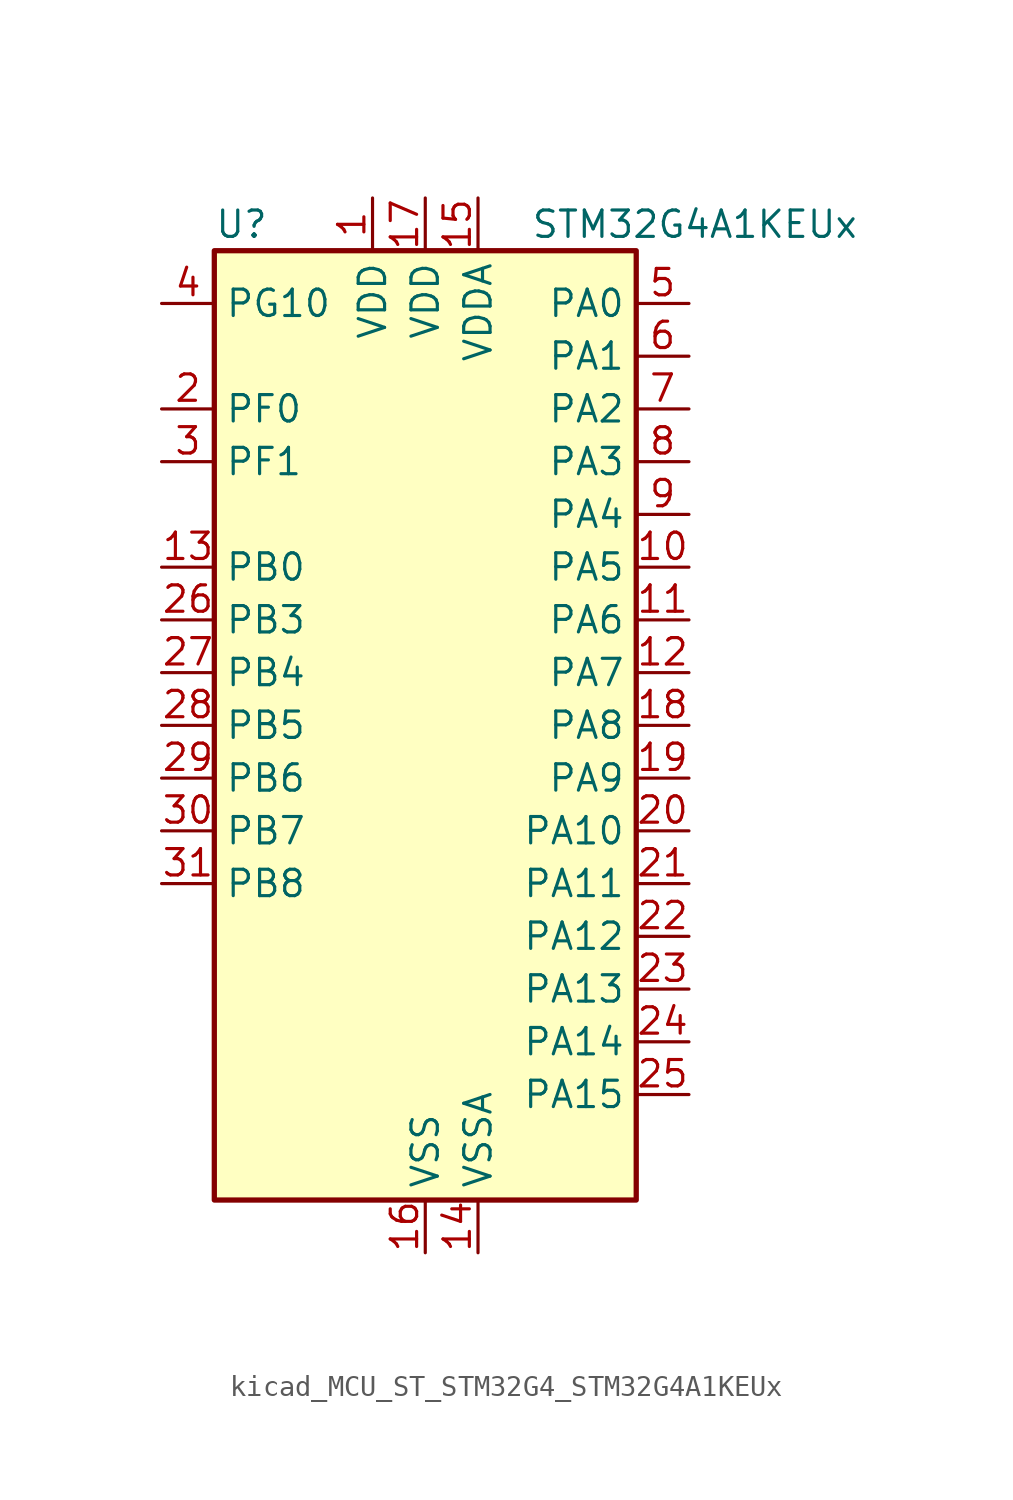
<source format=kicad_sym>
(kicad_symbol_lib
  (version 20220914)
  (generator kicad_symbol_editor)
  (symbol "kicad_MCU_ST_STM32G4_STM32G4A1KEUx"
    (property "Reference" "U"
      (at -10.16 24.13 0)
      (effects (font (size 1.27 1.27)) (justify left)))
    (property "Value" "STM32G4A1KEUx"
      (at 5.08 24.13 0)
      (effects (font (size 1.27 1.27)) (justify left)))
    (property "ki_locked" ""
      (at 0 0 0)
      (effects (font (size 1.27 1.27))))
    (symbol "kicad_MCU_ST_STM32G4_STM32G4A1KEUx_0_1"
      (rectangle (start -10.16 -22.86) (end 10.16 22.86) (stroke (width 0.254) (type default)) (fill (type background))))
    (symbol "kicad_MCU_ST_STM32G4_STM32G4A1KEUx_1_1"
      (pin power_in line (at -2.54 25.4 270) (length 2.54) (name "VDD" (effects (font (size 1.27 1.27)))) (number "1" (effects (font (size 1.27 1.27)))))
      (pin bidirectional line (at 12.7 7.62 180) (length 2.54) (name "PA5" (effects (font (size 1.27 1.27)))) (number "10" (effects (font (size 1.27 1.27)))) (alternate "ADC2_IN13" bidirectional line) (alternate "COMP2_INM" bidirectional line) (alternate "DAC1_OUT2" bidirectional line) (alternate "OPAMP2_VINM" bidirectional line) (alternate "OPAMP2_VINM0" bidirectional line) (alternate "OPAMP2_VINM_SEC" bidirectional line) (alternate "SPI1_SCK" bidirectional line) (alternate "TIM2_CH1" bidirectional line) (alternate "TIM2_ETR" bidirectional line) (alternate "UCPD1_FRSTX1" bidirectional line) (alternate "UCPD1_FRSTX2" bidirectional line))
      (pin bidirectional line (at 12.7 5.08 180) (length 2.54) (name "PA6" (effects (font (size 1.27 1.27)))) (number "11" (effects (font (size 1.27 1.27)))) (alternate "ADC2_IN3" bidirectional line) (alternate "COMP1_OUT" bidirectional line) (alternate "LPUART1_CTS" bidirectional line) (alternate "OPAMP2_VOUT" bidirectional line) (alternate "QUADSPI1_BK1_IO3" bidirectional line) (alternate "SPI1_MISO" bidirectional line) (alternate "TIM16_CH1" bidirectional line) (alternate "TIM1_BKIN" bidirectional line) (alternate "TIM3_CH1" bidirectional line) (alternate "TIM8_BKIN" bidirectional line))
      (pin bidirectional line (at 12.7 2.54 180) (length 2.54) (name "PA7" (effects (font (size 1.27 1.27)))) (number "12" (effects (font (size 1.27 1.27)))) (alternate "ADC2_IN4" bidirectional line) (alternate "COMP2_INP" bidirectional line) (alternate "COMP2_OUT" bidirectional line) (alternate "OPAMP1_VINP" bidirectional line) (alternate "OPAMP1_VINP_SEC" bidirectional line) (alternate "OPAMP2_VINP" bidirectional line) (alternate "OPAMP2_VINP_SEC" bidirectional line) (alternate "QUADSPI1_BK1_IO2" bidirectional line) (alternate "SPI1_MOSI" bidirectional line) (alternate "TIM17_CH1" bidirectional line) (alternate "TIM1_CH1N" bidirectional line) (alternate "TIM3_CH2" bidirectional line) (alternate "TIM8_CH1N" bidirectional line) (alternate "UCPD1_FRSTX1" bidirectional line) (alternate "UCPD1_FRSTX2" bidirectional line))
      (pin bidirectional line (at -12.7 7.62 0) (length 2.54) (name "PB0" (effects (font (size 1.27 1.27)))) (number "13" (effects (font (size 1.27 1.27)))) (alternate "ADC1_IN15" bidirectional line) (alternate "ADC3_IN12" bidirectional line) (alternate "COMP4_INP" bidirectional line) (alternate "OPAMP2_VINP" bidirectional line) (alternate "OPAMP2_VINP_SEC" bidirectional line) (alternate "OPAMP3_VINP" bidirectional line) (alternate "OPAMP3_VINP_SEC" bidirectional line) (alternate "QUADSPI1_BK1_IO1" bidirectional line) (alternate "TIM1_CH2N" bidirectional line) (alternate "TIM3_CH3" bidirectional line) (alternate "TIM8_CH2N" bidirectional line) (alternate "UCPD1_FRSTX1" bidirectional line) (alternate "UCPD1_FRSTX2" bidirectional line))
      (pin power_in line (at 2.54 -25.4 90) (length 2.54) (name "VSSA" (effects (font (size 1.27 1.27)))) (number "14" (effects (font (size 1.27 1.27)))))
      (pin power_in line (at 2.54 25.4 270) (length 2.54) (name "VDDA" (effects (font (size 1.27 1.27)))) (number "15" (effects (font (size 1.27 1.27)))))
      (pin power_in line (at 0 -25.4 90) (length 2.54) (name "VSS" (effects (font (size 1.27 1.27)))) (number "16" (effects (font (size 1.27 1.27)))))
      (pin power_in line (at 0 25.4 270) (length 2.54) (name "VDD" (effects (font (size 1.27 1.27)))) (number "17" (effects (font (size 1.27 1.27)))))
      (pin bidirectional line (at 12.7 0 180) (length 2.54) (name "PA8" (effects (font (size 1.27 1.27)))) (number "18" (effects (font (size 1.27 1.27)))) (alternate "I2C2_SDA" bidirectional line) (alternate "I2C3_SCL" bidirectional line) (alternate "I2S2_MCK" bidirectional line) (alternate "RCC_MCO" bidirectional line) (alternate "SAI1_CK2" bidirectional line) (alternate "SAI1_SCK_A" bidirectional line) (alternate "TIM1_CH1" bidirectional line) (alternate "TIM4_ETR" bidirectional line) (alternate "USART1_CK" bidirectional line))
      (pin bidirectional line (at 12.7 -2.54 180) (length 2.54) (name "PA9" (effects (font (size 1.27 1.27)))) (number "19" (effects (font (size 1.27 1.27)))) (alternate "DAC1_EXTI9" bidirectional line) (alternate "DAC3_EXTI9" bidirectional line) (alternate "I2C2_SCL" bidirectional line) (alternate "I2C3_SMBA" bidirectional line) (alternate "I2S3_MCK" bidirectional line) (alternate "SAI1_FS_A" bidirectional line) (alternate "TIM15_BKIN" bidirectional line) (alternate "TIM1_CH2" bidirectional line) (alternate "TIM2_CH3" bidirectional line) (alternate "UCPD1_DBCC1" bidirectional line) (alternate "USART1_TX" bidirectional line))
      (pin bidirectional line (at -12.7 15.24 0) (length 2.54) (name "PF0" (effects (font (size 1.27 1.27)))) (number "2" (effects (font (size 1.27 1.27)))) (alternate "ADC1_IN10" bidirectional line) (alternate "I2C2_SDA" bidirectional line) (alternate "I2S2_WS" bidirectional line) (alternate "RCC_OSC_IN" bidirectional line) (alternate "SPI2_NSS" bidirectional line) (alternate "TIM1_CH3N" bidirectional line))
      (pin bidirectional line (at 12.7 -5.08 180) (length 2.54) (name "PA10" (effects (font (size 1.27 1.27)))) (number "20" (effects (font (size 1.27 1.27)))) (alternate "CRS_SYNC" bidirectional line) (alternate "DAC1_EXTI10" bidirectional line) (alternate "DAC3_EXTI10" bidirectional line) (alternate "I2C2_SMBA" bidirectional line) (alternate "SAI1_D1" bidirectional line) (alternate "SAI1_SD_A" bidirectional line) (alternate "SPI2_MISO" bidirectional line) (alternate "TIM17_BKIN" bidirectional line) (alternate "TIM1_CH3" bidirectional line) (alternate "TIM2_CH4" bidirectional line) (alternate "TIM8_BKIN" bidirectional line) (alternate "UCPD1_DBCC2" bidirectional line) (alternate "USART1_RX" bidirectional line))
      (pin bidirectional line (at 12.7 -7.62 180) (length 2.54) (name "PA11" (effects (font (size 1.27 1.27)))) (number "21" (effects (font (size 1.27 1.27)))) (alternate "ADC1_EXTI11" bidirectional line) (alternate "ADC2_EXTI11" bidirectional line) (alternate "COMP1_OUT" bidirectional line) (alternate "FDCAN1_RX" bidirectional line) (alternate "I2S2_SD" bidirectional line) (alternate "SPI2_MOSI" bidirectional line) (alternate "TIM1_BKIN2" bidirectional line) (alternate "TIM1_CH1N" bidirectional line) (alternate "TIM1_CH4" bidirectional line) (alternate "TIM4_CH1" bidirectional line) (alternate "USART1_CTS" bidirectional line) (alternate "USART1_NSS" bidirectional line) (alternate "USB_DM" bidirectional line))
      (pin bidirectional line (at 12.7 -10.16 180) (length 2.54) (name "PA12" (effects (font (size 1.27 1.27)))) (number "22" (effects (font (size 1.27 1.27)))) (alternate "COMP2_OUT" bidirectional line) (alternate "FDCAN1_TX" bidirectional line) (alternate "I2S_CKIN" bidirectional line) (alternate "TIM16_CH1" bidirectional line) (alternate "TIM1_CH2N" bidirectional line) (alternate "TIM1_ETR" bidirectional line) (alternate "TIM4_CH2" bidirectional line) (alternate "USART1_DE" bidirectional line) (alternate "USART1_RTS" bidirectional line) (alternate "USB_DP" bidirectional line))
      (pin bidirectional line (at 12.7 -12.7 180) (length 2.54) (name "PA13" (effects (font (size 1.27 1.27)))) (number "23" (effects (font (size 1.27 1.27)))) (alternate "I2C1_SCL" bidirectional line) (alternate "IR_OUT" bidirectional line) (alternate "SAI1_SD_B" bidirectional line) (alternate "SYS_JTMS-SWDIO" bidirectional line) (alternate "TIM16_CH1N" bidirectional line) (alternate "TIM4_CH3" bidirectional line))
      (pin bidirectional line (at 12.7 -15.24 180) (length 2.54) (name "PA14" (effects (font (size 1.27 1.27)))) (number "24" (effects (font (size 1.27 1.27)))) (alternate "I2C1_SDA" bidirectional line) (alternate "LPTIM1_OUT" bidirectional line) (alternate "SAI1_FS_B" bidirectional line) (alternate "SYS_JTCK-SWCLK" bidirectional line) (alternate "TIM1_BKIN" bidirectional line) (alternate "TIM8_CH2" bidirectional line) (alternate "USART2_TX" bidirectional line))
      (pin bidirectional line (at 12.7 -17.78 180) (length 2.54) (name "PA15" (effects (font (size 1.27 1.27)))) (number "25" (effects (font (size 1.27 1.27)))) (alternate "ADC1_EXTI15" bidirectional line) (alternate "ADC2_EXTI15" bidirectional line) (alternate "I2C1_SCL" bidirectional line) (alternate "I2S3_WS" bidirectional line) (alternate "SPI1_NSS" bidirectional line) (alternate "SPI3_NSS" bidirectional line) (alternate "SYS_JTDI" bidirectional line) (alternate "TIM1_BKIN" bidirectional line) (alternate "TIM20_ETR" bidirectional line) (alternate "TIM2_CH1" bidirectional line) (alternate "TIM2_ETR" bidirectional line) (alternate "TIM8_CH1" bidirectional line) (alternate "USART2_RX" bidirectional line))
      (pin bidirectional line (at -12.7 5.08 0) (length 2.54) (name "PB3" (effects (font (size 1.27 1.27)))) (number "26" (effects (font (size 1.27 1.27)))) (alternate "ADC3_EXTI3" bidirectional line) (alternate "CRS_SYNC" bidirectional line) (alternate "I2S3_CK" bidirectional line) (alternate "SAI1_SCK_B" bidirectional line) (alternate "SPI1_SCK" bidirectional line) (alternate "SPI3_SCK" bidirectional line) (alternate "SYS_JTDO-SWO" bidirectional line) (alternate "TIM2_CH2" bidirectional line) (alternate "TIM3_ETR" bidirectional line) (alternate "TIM4_ETR" bidirectional line) (alternate "TIM8_CH1N" bidirectional line) (alternate "USART2_TX" bidirectional line))
      (pin bidirectional line (at -12.7 2.54 0) (length 2.54) (name "PB4" (effects (font (size 1.27 1.27)))) (number "27" (effects (font (size 1.27 1.27)))) (alternate "SAI1_MCLK_B" bidirectional line) (alternate "SPI1_MISO" bidirectional line) (alternate "SPI3_MISO" bidirectional line) (alternate "SYS_JTRST" bidirectional line) (alternate "TIM16_CH1" bidirectional line) (alternate "TIM17_BKIN" bidirectional line) (alternate "TIM3_CH1" bidirectional line) (alternate "TIM8_CH2N" bidirectional line) (alternate "UCPD1_CC2" bidirectional line) (alternate "USART2_RX" bidirectional line))
      (pin bidirectional line (at -12.7 0 0) (length 2.54) (name "PB5" (effects (font (size 1.27 1.27)))) (number "28" (effects (font (size 1.27 1.27)))) (alternate "FDCAN2_RX" bidirectional line) (alternate "I2C1_SMBA" bidirectional line) (alternate "I2C3_SDA" bidirectional line) (alternate "I2S3_SD" bidirectional line) (alternate "LPTIM1_IN1" bidirectional line) (alternate "SAI1_SD_B" bidirectional line) (alternate "SPI1_MOSI" bidirectional line) (alternate "SPI3_MOSI" bidirectional line) (alternate "TIM16_BKIN" bidirectional line) (alternate "TIM17_CH1" bidirectional line) (alternate "TIM3_CH2" bidirectional line) (alternate "TIM8_CH3N" bidirectional line) (alternate "USART2_CK" bidirectional line))
      (pin bidirectional line (at -12.7 -2.54 0) (length 2.54) (name "PB6" (effects (font (size 1.27 1.27)))) (number "29" (effects (font (size 1.27 1.27)))) (alternate "COMP4_OUT" bidirectional line) (alternate "FDCAN2_TX" bidirectional line) (alternate "LPTIM1_ETR" bidirectional line) (alternate "SAI1_FS_B" bidirectional line) (alternate "TIM16_CH1N" bidirectional line) (alternate "TIM4_CH1" bidirectional line) (alternate "TIM8_BKIN2" bidirectional line) (alternate "TIM8_CH1" bidirectional line) (alternate "TIM8_ETR" bidirectional line) (alternate "UCPD1_CC1" bidirectional line) (alternate "USART1_TX" bidirectional line))
      (pin bidirectional line (at -12.7 12.7 0) (length 2.54) (name "PF1" (effects (font (size 1.27 1.27)))) (number "3" (effects (font (size 1.27 1.27)))) (alternate "ADC2_IN10" bidirectional line) (alternate "COMP3_INM" bidirectional line) (alternate "I2S2_CK" bidirectional line) (alternate "RCC_OSC_OUT" bidirectional line) (alternate "SPI2_SCK" bidirectional line))
      (pin bidirectional line (at -12.7 -5.08 0) (length 2.54) (name "PB7" (effects (font (size 1.27 1.27)))) (number "30" (effects (font (size 1.27 1.27)))) (alternate "COMP3_OUT" bidirectional line) (alternate "I2C1_SDA" bidirectional line) (alternate "LPTIM1_IN2" bidirectional line) (alternate "SYS_PVD_IN" bidirectional line) (alternate "TIM17_CH1N" bidirectional line) (alternate "TIM3_CH4" bidirectional line) (alternate "TIM4_CH2" bidirectional line) (alternate "TIM8_BKIN" bidirectional line) (alternate "USART1_RX" bidirectional line))
      (pin bidirectional line (at -12.7 -7.62 0) (length 2.54) (name "PB8" (effects (font (size 1.27 1.27)))) (number "31" (effects (font (size 1.27 1.27)))) (alternate "COMP1_OUT" bidirectional line) (alternate "FDCAN1_RX" bidirectional line) (alternate "I2C1_SCL" bidirectional line) (alternate "SAI1_CK1" bidirectional line) (alternate "SAI1_MCLK_A" bidirectional line) (alternate "TIM16_CH1" bidirectional line) (alternate "TIM1_BKIN" bidirectional line) (alternate "TIM4_CH3" bidirectional line) (alternate "TIM8_CH2" bidirectional line))
      (pin passive line (at 0 -25.4 90) (length 2.54) hide (name "VSS" (effects (font (size 1.27 1.27)))) (number "32" (effects (font (size 1.27 1.27)))))
      (pin passive line (at 0 -25.4 90) (length 2.54) hide (name "VSS" (effects (font (size 1.27 1.27)))) (number "33" (effects (font (size 1.27 1.27)))))
      (pin bidirectional line (at -12.7 20.32 0) (length 2.54) (name "PG10" (effects (font (size 1.27 1.27)))) (number "4" (effects (font (size 1.27 1.27)))) (alternate "DAC1_EXTI10" bidirectional line) (alternate "DAC3_EXTI10" bidirectional line) (alternate "RCC_MCO" bidirectional line))
      (pin bidirectional line (at 12.7 20.32 180) (length 2.54) (name "PA0" (effects (font (size 1.27 1.27)))) (number "5" (effects (font (size 1.27 1.27)))) (alternate "ADC1_IN1" bidirectional line) (alternate "ADC2_IN1" bidirectional line) (alternate "COMP1_INM" bidirectional line) (alternate "COMP1_OUT" bidirectional line) (alternate "COMP3_INP" bidirectional line) (alternate "RTC_TAMP2" bidirectional line) (alternate "SYS_WKUP1" bidirectional line) (alternate "TIM2_CH1" bidirectional line) (alternate "TIM2_ETR" bidirectional line) (alternate "TIM8_BKIN" bidirectional line) (alternate "TIM8_ETR" bidirectional line) (alternate "USART2_CTS" bidirectional line) (alternate "USART2_NSS" bidirectional line))
      (pin bidirectional line (at 12.7 17.78 180) (length 2.54) (name "PA1" (effects (font (size 1.27 1.27)))) (number "6" (effects (font (size 1.27 1.27)))) (alternate "ADC1_IN2" bidirectional line) (alternate "ADC2_IN2" bidirectional line) (alternate "COMP1_INP" bidirectional line) (alternate "OPAMP1_VINP" bidirectional line) (alternate "OPAMP1_VINP_SEC" bidirectional line) (alternate "OPAMP3_VINP" bidirectional line) (alternate "OPAMP3_VINP_SEC" bidirectional line) (alternate "OPAMP6_VINM" bidirectional line) (alternate "OPAMP6_VINM0" bidirectional line) (alternate "OPAMP6_VINM_SEC" bidirectional line) (alternate "RTC_REFIN" bidirectional line) (alternate "TIM15_CH1N" bidirectional line) (alternate "TIM2_CH2" bidirectional line) (alternate "USART2_DE" bidirectional line) (alternate "USART2_RTS" bidirectional line))
      (pin bidirectional line (at 12.7 15.24 180) (length 2.54) (name "PA2" (effects (font (size 1.27 1.27)))) (number "7" (effects (font (size 1.27 1.27)))) (alternate "ADC1_IN3" bidirectional line) (alternate "ADC3_EXTI2" bidirectional line) (alternate "COMP2_INM" bidirectional line) (alternate "COMP2_OUT" bidirectional line) (alternate "LPUART1_TX" bidirectional line) (alternate "OPAMP1_VOUT" bidirectional line) (alternate "QUADSPI1_BK1_NCS" bidirectional line) (alternate "RCC_LSCO" bidirectional line) (alternate "SYS_WKUP4" bidirectional line) (alternate "TIM15_CH1" bidirectional line) (alternate "TIM2_CH3" bidirectional line) (alternate "UCPD1_FRSTX1" bidirectional line) (alternate "UCPD1_FRSTX2" bidirectional line) (alternate "USART2_TX" bidirectional line))
      (pin bidirectional line (at 12.7 12.7 180) (length 2.54) (name "PA3" (effects (font (size 1.27 1.27)))) (number "8" (effects (font (size 1.27 1.27)))) (alternate "ADC1_IN4" bidirectional line) (alternate "ADC3_EXTI3" bidirectional line) (alternate "COMP2_INP" bidirectional line) (alternate "LPUART1_RX" bidirectional line) (alternate "OPAMP1_VINM" bidirectional line) (alternate "OPAMP1_VINM0" bidirectional line) (alternate "OPAMP1_VINM_SEC" bidirectional line) (alternate "OPAMP1_VINP" bidirectional line) (alternate "OPAMP1_VINP_SEC" bidirectional line) (alternate "QUADSPI1_CLK" bidirectional line) (alternate "SAI1_CK1" bidirectional line) (alternate "SAI1_MCLK_A" bidirectional line) (alternate "TIM15_CH2" bidirectional line) (alternate "TIM2_CH4" bidirectional line) (alternate "USART2_RX" bidirectional line))
      (pin bidirectional line (at 12.7 10.16 180) (length 2.54) (name "PA4" (effects (font (size 1.27 1.27)))) (number "9" (effects (font (size 1.27 1.27)))) (alternate "ADC2_IN17" bidirectional line) (alternate "COMP1_INM" bidirectional line) (alternate "DAC1_OUT1" bidirectional line) (alternate "I2S3_WS" bidirectional line) (alternate "SAI1_FS_B" bidirectional line) (alternate "SPI1_NSS" bidirectional line) (alternate "SPI3_NSS" bidirectional line) (alternate "TIM3_CH2" bidirectional line) (alternate "USART2_CK" bidirectional line)))))
</source>
